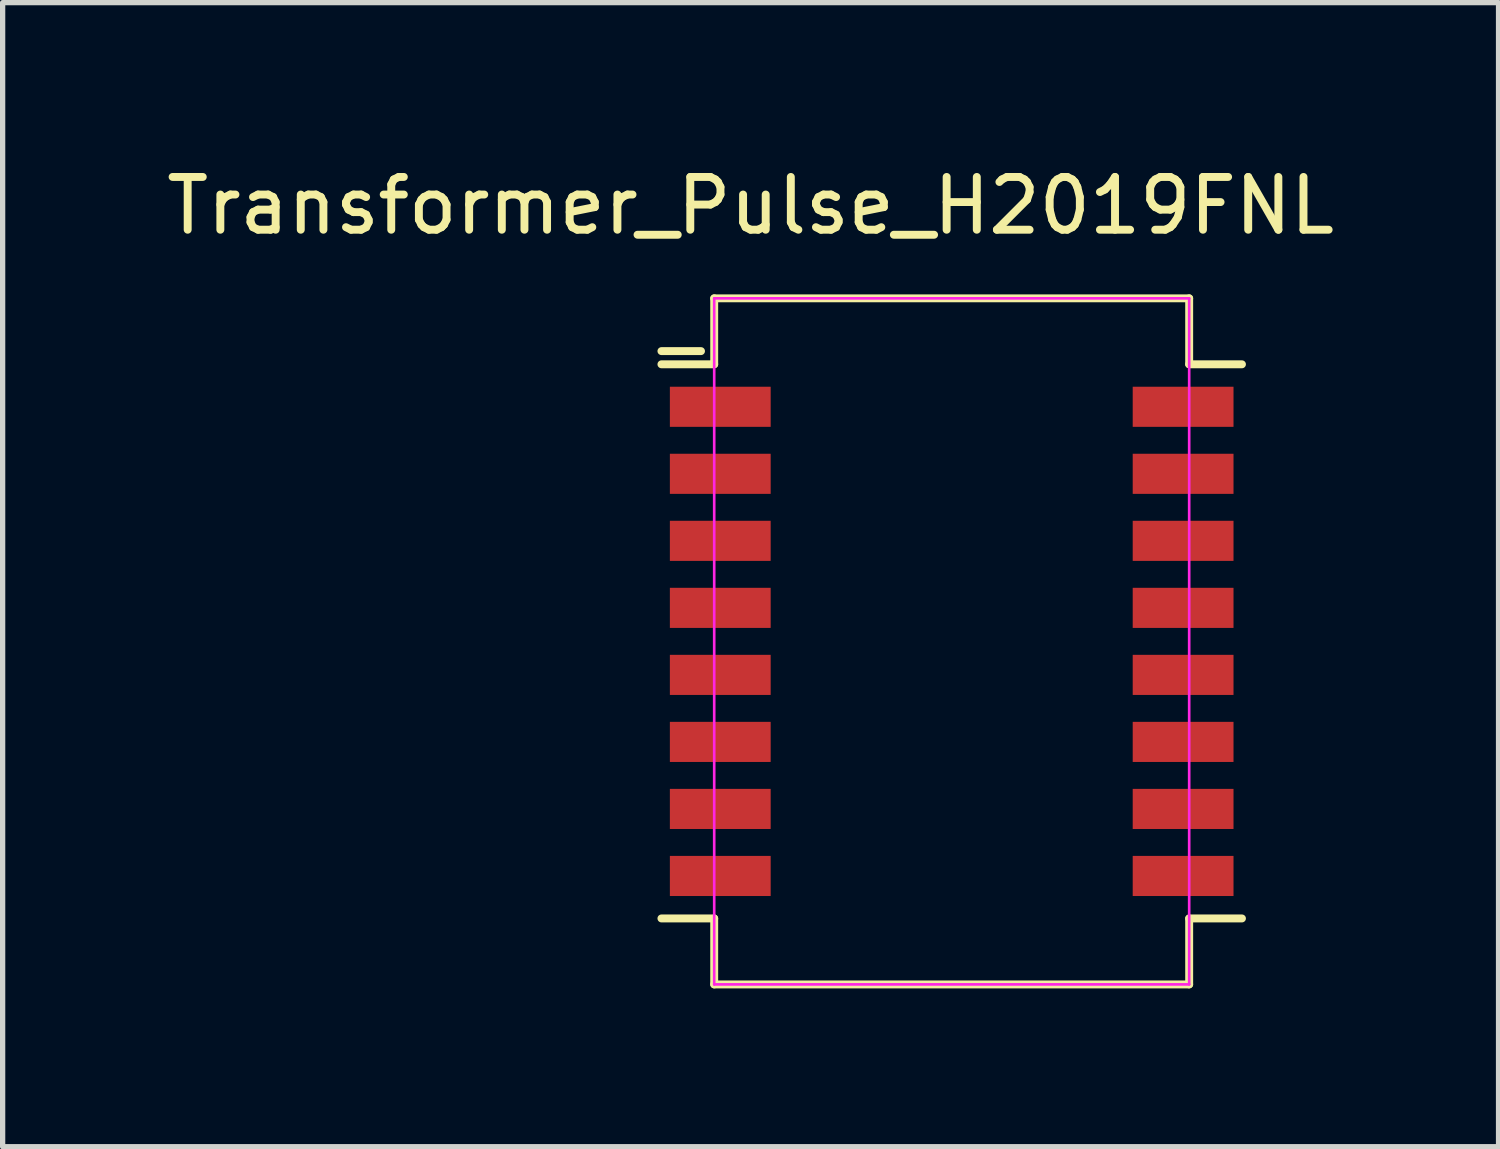
<source format=kicad_pcb>
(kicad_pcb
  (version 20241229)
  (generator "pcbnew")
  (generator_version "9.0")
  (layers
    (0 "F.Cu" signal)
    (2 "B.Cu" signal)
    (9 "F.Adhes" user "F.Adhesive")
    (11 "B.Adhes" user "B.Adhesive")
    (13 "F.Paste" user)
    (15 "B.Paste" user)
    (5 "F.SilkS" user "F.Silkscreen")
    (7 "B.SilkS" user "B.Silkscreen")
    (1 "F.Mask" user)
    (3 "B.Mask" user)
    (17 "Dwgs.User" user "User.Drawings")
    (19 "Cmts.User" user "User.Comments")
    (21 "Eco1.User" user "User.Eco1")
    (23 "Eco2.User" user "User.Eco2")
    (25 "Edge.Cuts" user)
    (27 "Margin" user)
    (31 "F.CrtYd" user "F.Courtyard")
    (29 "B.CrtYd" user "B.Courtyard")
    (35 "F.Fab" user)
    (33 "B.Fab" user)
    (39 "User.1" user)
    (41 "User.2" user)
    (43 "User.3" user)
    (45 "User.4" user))
  (footprint "Transformer_Pulse_H2019FNL"
    (layer "F.Cu")
    (at 14.983 9.103)
    (property "Reference" "Transformer_Pulse_H2019FNL" (at -3.81 -8.255 0) (layer "F.SilkS") (effects (font (size 1 1) (thickness 0.15))))
    (attr through_hole)
    (fp_line (start -5.5 -5.5) (end -4.75 -5.5) (stroke (width 0.15) (type solid)) (layer "F.SilkS"))
    (fp_line (start -5.5 5.25) (end -4.5 5.25) (stroke (width 0.15) (type solid)) (layer "F.SilkS"))
    (fp_line (start -4.5 -6.5) (end -4.5 -5.25) (stroke (width 0.15) (type solid)) (layer "F.SilkS"))
    (fp_line (start -4.5 -5.25) (end -5.5 -5.25) (stroke (width 0.15) (type solid)) (layer "F.SilkS"))
    (fp_line (start -4.5 5.25) (end -4.5 6.5) (stroke (width 0.15) (type solid)) (layer "F.SilkS"))
    (fp_line (start -4.5 6.5) (end 4.5 6.5) (stroke (width 0.15) (type solid)) (layer "F.SilkS"))
    (fp_line (start 4.5 -6.5) (end -4.5 -6.5) (stroke (width 0.15) (type solid)) (layer "F.SilkS"))
    (fp_line (start 4.5 -5.25) (end 4.5 -6.5) (stroke (width 0.15) (type solid)) (layer "F.SilkS"))
    (fp_line (start 4.5 5.25) (end 5.5 5.25) (stroke (width 0.15) (type solid)) (layer "F.SilkS"))
    (fp_line (start 4.5 6.5) (end 4.5 5.25) (stroke (width 0.15) (type solid)) (layer "F.SilkS"))
    (fp_line (start 5.5 -5.25) (end 4.5 -5.25) (stroke (width 0.15) (type solid)) (layer "F.SilkS"))
    (fp_line (start -4.5 -6.5) (end -4.5 6.5) (stroke (width 0.05) (type solid)) (layer "F.CrtYd"))
    (fp_line (start -4.5 6.5) (end 4.5 6.5) (stroke (width 0.05) (type solid)) (layer "F.CrtYd"))
    (fp_line (start 4.5 -6.5) (end -4.5 -6.5) (stroke (width 0.05) (type solid)) (layer "F.CrtYd"))
    (fp_line (start 4.5 6.5) (end 4.5 -6.5) (stroke (width 0.05) (type solid)) (layer "F.CrtYd"))
    (pad "1" smd rect (at -4.385 -4.445 270) (size 0.76 1.91) (layers "F.Cu" "F.Mask" "F.Paste"))
    (pad "2" smd rect (at -4.385 -3.175 270) (size 0.76 1.91) (layers "F.Cu" "F.Mask" "F.Paste"))
    (pad "3" smd rect (at -4.385 -1.905 270) (size 0.76 1.91) (layers "F.Cu" "F.Mask" "F.Paste"))
    (pad "4" smd rect (at -4.385 -0.635 270) (size 0.76 1.91) (layers "F.Cu" "F.Mask" "F.Paste"))
    (pad "5" smd rect (at -4.385 0.635 270) (size 0.76 1.91) (layers "F.Cu" "F.Mask" "F.Paste"))
    (pad "6" smd rect (at -4.385 1.905 270) (size 0.76 1.91) (layers "F.Cu" "F.Mask" "F.Paste"))
    (pad "7" smd rect (at -4.385 3.175 270) (size 0.76 1.91) (layers "F.Cu" "F.Mask" "F.Paste"))
    (pad "8" smd rect (at -4.385 4.445 270) (size 0.76 1.91) (layers "F.Cu" "F.Mask" "F.Paste"))
    (pad "9" smd rect (at 4.385 4.445 270) (size 0.76 1.91) (layers "F.Cu" "F.Mask" "F.Paste"))
    (pad "10" smd rect (at 4.385 3.175 270) (size 0.76 1.91) (layers "F.Cu" "F.Mask" "F.Paste"))
    (pad "11" smd rect (at 4.385 1.905 270) (size 0.76 1.91) (layers "F.Cu" "F.Mask" "F.Paste"))
    (pad "12" smd rect (at 4.385 0.635 270) (size 0.76 1.91) (layers "F.Cu" "F.Mask" "F.Paste"))
    (pad "13" smd rect (at 4.385 -0.635 270) (size 0.76 1.91) (layers "F.Cu" "F.Mask" "F.Paste"))
    (pad "14" smd rect (at 4.385 -1.905 270) (size 0.76 1.91) (layers "F.Cu" "F.Mask" "F.Paste"))
    (pad "15" smd rect (at 4.385 -3.175 270) (size 0.76 1.91) (layers "F.Cu" "F.Mask" "F.Paste"))
    (pad "16" smd rect (at 4.385 -4.445 270) (size 0.76 1.91) (layers "F.Cu" "F.Mask" "F.Paste")))
  (gr_rect
    (start -3 -3)
    (end 25.345 18.678)
    (stroke (width 0.1) (type default))
    (fill no)
    (layer "Edge.Cuts")))
</source>
